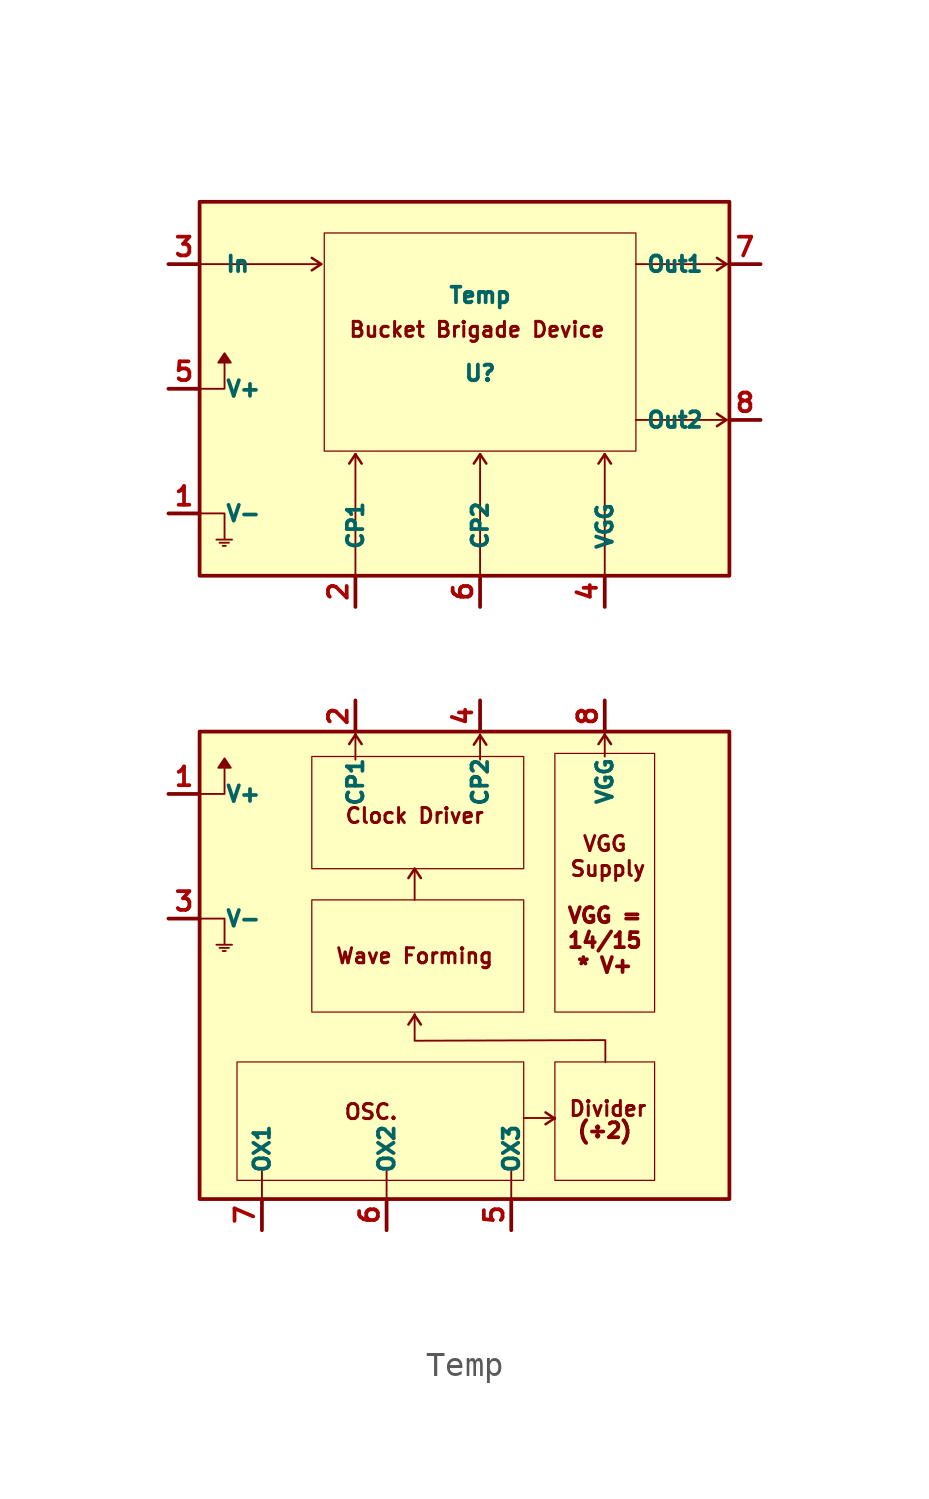
<source format=kicad_sym>
(kicad_symbol_lib
  (version 20220914)
  (generator kicad_symbol_editor)
  (symbol "Temp"
    (pin_names
      (offset 1.016))
    (property "Reference" "U"
      (at 0 0.635 0)
      (effects (font (size 0.635 0.635))))
    (property "Value" "Temp"
      (at 0 3.81 0)
      (effects (font (size 0.635 0.635))))
    (symbol "Temp_0_0"
      (rectangle (start -11.43 -33.02) (end 10.16 -13.97) (stroke (width 0) (type solid)) (fill (type background)))
      (rectangle (start -11.43 -7.62) (end 10.16 7.62) (stroke (width 0) (type solid)) (fill (type background)))
      (rectangle (start -9.906 -32.258) (end 1.778 -27.432) (stroke (width 0.051) (type solid)) (fill (type none)))
      (rectangle (start -6.858 -20.828) (end 1.778 -25.4) (stroke (width 0.051) (type solid)) (fill (type none)))
      (polyline (pts (xy -11.43 5.08) (xy -6.477 5.08)) (stroke (width 0.076) (type solid)) (fill (type none)))
      (polyline (pts (xy -10.744 -22.657) (xy -10.109 -22.657)) (stroke (width 0.076) (type solid)) (fill (type none)))
      (polyline (pts (xy -10.744 -6.147) (xy -10.109 -6.147)) (stroke (width 0.076) (type solid)) (fill (type none)))
      (polyline (pts (xy -10.617 -22.784) (xy -10.236 -22.784)) (stroke (width 0.076) (type solid)) (fill (type none)))
      (polyline (pts (xy -10.617 -6.274) (xy -10.236 -6.274)) (stroke (width 0.076) (type solid)) (fill (type none)))
      (polyline (pts (xy -10.49 -22.911) (xy -10.363 -22.911)) (stroke (width 0.076) (type solid)) (fill (type none)))
      (polyline (pts (xy -10.49 -6.401) (xy -10.363 -6.401)) (stroke (width 0.076) (type solid)) (fill (type none)))
      (polyline (pts (xy -8.89 -33.147) (xy -8.89 -31.877)) (stroke (width 0.076) (type solid)) (fill (type none)))
      (polyline (pts (xy -6.477 5.08) (xy -6.858 4.826)) (stroke (width 0.102) (type solid)) (fill (type none)))
      (polyline (pts (xy -6.477 5.08) (xy -6.858 5.334)) (stroke (width 0.102) (type solid)) (fill (type none)))
      (polyline (pts (xy -5.08 -14.097) (xy -5.334 -14.478)) (stroke (width 0.102) (type solid)) (fill (type none)))
      (polyline (pts (xy -5.08 -14.097) (xy -4.826 -14.478)) (stroke (width 0.102) (type solid)) (fill (type none)))
      (polyline (pts (xy -5.08 -13.97) (xy -5.08 -15.113)) (stroke (width 0.076) (type solid)) (fill (type none)))
      (polyline (pts (xy -5.08 -7.747) (xy -5.08 -2.667)) (stroke (width 0.076) (type solid)) (fill (type none)))
      (polyline (pts (xy -5.08 -2.667) (xy -5.334 -3.048)) (stroke (width 0.102) (type solid)) (fill (type none)))
      (polyline (pts (xy -5.08 -2.667) (xy -4.826 -3.048)) (stroke (width 0.102) (type solid)) (fill (type none)))
      (polyline (pts (xy -3.81 -33.147) (xy -3.81 -31.877)) (stroke (width 0.076) (type solid)) (fill (type none)))
      (polyline (pts (xy -2.667 -25.527) (xy -2.921 -25.908)) (stroke (width 0.102) (type solid)) (fill (type none)))
      (polyline (pts (xy -2.667 -25.527) (xy -2.413 -25.908)) (stroke (width 0.102) (type solid)) (fill (type none)))
      (polyline (pts (xy -2.667 -20.828) (xy -2.667 -19.558)) (stroke (width 0.076) (type solid)) (fill (type none)))
      (polyline (pts (xy -2.667 -19.558) (xy -2.921 -19.939)) (stroke (width 0.102) (type solid)) (fill (type none)))
      (polyline (pts (xy -2.667 -19.558) (xy -2.413 -19.939)) (stroke (width 0.102) (type solid)) (fill (type none)))
      (polyline (pts (xy 0 -14.122) (xy -0.254 -14.503)) (stroke (width 0.102) (type solid)) (fill (type none)))
      (polyline (pts (xy 0 -14.122) (xy 0.254 -14.503)) (stroke (width 0.102) (type solid)) (fill (type none)))
      (polyline (pts (xy 0 -14.097) (xy 0 -15.113)) (stroke (width 0.076) (type solid)) (fill (type none)))
      (polyline (pts (xy 0 -7.62) (xy 0 -2.667)) (stroke (width 0.076) (type solid)) (fill (type none)))
      (polyline (pts (xy 0 -2.667) (xy -0.254 -3.048)) (stroke (width 0.102) (type solid)) (fill (type none)))
      (polyline (pts (xy 0 -2.667) (xy 0.254 -3.048)) (stroke (width 0.102) (type solid)) (fill (type none)))
      (polyline (pts (xy 1.27 -33.02) (xy 1.27 -31.877)) (stroke (width 0.076) (type solid)) (fill (type none)))
      (polyline (pts (xy 1.778 -29.718) (xy 3.048 -29.718)) (stroke (width 0.076) (type solid)) (fill (type none)))
      (polyline (pts (xy 3.048 -29.743) (xy 2.667 -29.489)) (stroke (width 0.102) (type solid)) (fill (type none)))
      (polyline (pts (xy 3.048 -29.718) (xy 2.667 -29.972)) (stroke (width 0.102) (type solid)) (fill (type none)))
      (polyline (pts (xy 5.08 -14.097) (xy 4.826 -14.478)) (stroke (width 0.102) (type solid)) (fill (type none)))
      (polyline (pts (xy 5.08 -14.097) (xy 5.334 -14.478)) (stroke (width 0.102) (type solid)) (fill (type none)))
      (polyline (pts (xy 5.08 -13.97) (xy 5.08 -14.986)) (stroke (width 0.076) (type solid)) (fill (type none)))
      (polyline (pts (xy 5.08 -7.747) (xy 5.08 -2.667)) (stroke (width 0.076) (type solid)) (fill (type none)))
      (polyline (pts (xy 5.08 -2.667) (xy 4.826 -3.048)) (stroke (width 0.102) (type solid)) (fill (type none)))
      (polyline (pts (xy 5.08 -2.667) (xy 5.334 -3.048)) (stroke (width 0.102) (type solid)) (fill (type none)))
      (polyline (pts (xy 6.35 -1.27) (xy 10.033 -1.27)) (stroke (width 0.076) (type solid)) (fill (type none)))
      (polyline (pts (xy 10.033 -1.27) (xy 9.652 -1.016)) (stroke (width 0.102) (type solid)) (fill (type none)))
      (polyline (pts (xy 10.033 5.08) (xy 9.652 4.826)) (stroke (width 0.102) (type solid)) (fill (type none)))
      (polyline (pts (xy 10.033 5.08) (xy 9.652 5.334)) (stroke (width 0.102) (type solid)) (fill (type none)))
      (polyline (pts (xy 10.16 5.08) (xy 6.35 5.08)) (stroke (width 0.076) (type solid)) (fill (type none)))
      (polyline (pts (xy -11.43 -21.59) (xy -10.414 -21.59) (xy -10.414 -22.606)) (stroke (width 0.076) (type solid)) (fill (type none)))
      (polyline (pts (xy -11.43 -16.51) (xy -10.414 -16.51) (xy -10.414 -15.494)) (stroke (width 0.076) (type solid)) (fill (type none)))
      (polyline (pts (xy -11.43 -5.08) (xy -10.414 -5.08) (xy -10.414 -6.096)) (stroke (width 0.076) (type solid)) (fill (type none)))
      (polyline (pts (xy -11.43 0) (xy -10.414 0) (xy -10.414 1.016)) (stroke (width 0.076) (type solid)) (fill (type none)))
      (polyline (pts (xy -2.667 -25.476) (xy -2.667 -26.568) (xy 5.105 -26.543) (xy 5.105 -27.432)) (stroke (width 0.076) (type solid)) (fill (type none)))
      (polyline (pts (xy -10.16 -15.443) (xy -10.668 -15.443) (xy -10.414 -15.062) (xy -10.16 -15.443) (xy -10.541 -15.316) (xy -10.541 -15.443) (xy -10.414 -15.189) (xy -10.287 -15.316) (xy -10.414 -15.189) (xy -10.414 -15.316) (xy -10.414 -15.443) (xy -10.668 -15.443) (xy -10.287 -15.316) (xy -10.541 -15.316) (xy -10.414 -15.062) (xy -10.287 -15.316) (xy -10.287 -15.443) (xy -10.541 -15.316)) (stroke (width 0.076) (type solid)) (fill (type none)))
      (polyline (pts (xy -10.16 1.067) (xy -10.668 1.067) (xy -10.414 1.448) (xy -10.16 1.067) (xy -10.541 1.194) (xy -10.541 1.067) (xy -10.414 1.321) (xy -10.287 1.194) (xy -10.414 1.321) (xy -10.414 1.194) (xy -10.414 1.067) (xy -10.668 1.067) (xy -10.287 1.194) (xy -10.541 1.194) (xy -10.414 1.448) (xy -10.287 1.194) (xy -10.287 1.067) (xy -10.541 1.194)) (stroke (width 0.076) (type solid)) (fill (type none)))
      (rectangle (start 1.778 -14.986) (end -6.858 -19.558) (stroke (width 0.051) (type solid)) (fill (type none)))
      (rectangle (start 3.048 -27.432) (end 7.112 -32.258) (stroke (width 0.051) (type solid)) (fill (type none)))
      (rectangle (start 3.048 -14.859) (end 7.112 -25.4) (stroke (width 0.051) (type solid)) (fill (type none)))
      (rectangle (start 6.35 -2.54) (end -6.35 6.35) (stroke (width 0.051) (type solid)) (fill (type none)))
      (text "(÷2)" (at 5.08 -30.226 0) (effects (font (size 0.61 0.61))))
      (text "* V+" (at 5.08 -23.495 0) (effects (font (size 0.61 0.61))))
      (text "14/15" (at 5.08 -22.479 0) (effects (font (size 0.61 0.61))))
      (text "Bucket Brigade Device" (at -0.127 2.413 0) (effects (font (size 0.61 0.61) bold)))
      (text "Clock Driver" (at -2.667 -17.399 0) (effects (font (size 0.61 0.61) bold)))
      (text "Divider" (at 5.207 -29.337 0) (effects (font (size 0.61 0.61) bold)))
      (text "OSC." (at -4.445 -29.464 0) (effects (font (size 0.61 0.61) bold)))
      (text "Supply" (at 5.207 -19.558 0) (effects (font (size 0.61 0.61) bold)))
      (text "VGG" (at 5.08 -18.542 0) (effects (font (size 0.61 0.61) bold)))
      (text "VGG =" (at 5.08 -21.463 0) (effects (font (size 0.61 0.61))))
      (text "Wave Forming" (at -2.667 -23.114 0) (effects (font (size 0.61 0.61) bold))))
    (symbol "Temp_1_0"
      (polyline (pts (xy 10.033 -1.27) (xy 9.652 -1.524)) (stroke (width 0.102) (type solid)) (fill (type none))))
    (symbol "Temp_1_1"
      (pin power_in line (at -12.7 -16.51 0) (length 1.27) (name "V+" (effects (font (size 0.635 0.635)))) (number "1" (effects (font (size 0.762 0.762)))))
      (pin power_in line (at -12.7 -5.08 0) (length 1.27) (name "V-" (effects (font (size 0.635 0.635)))) (number "1" (effects (font (size 0.762 0.762)))))
      (pin output line (at -5.08 -12.7 270) (length 1.27) (name "CP1" (effects (font (size 0.635 0.635)))) (number "2" (effects (font (size 0.762 0.762)))))
      (pin input line (at -5.08 -8.89 90) (length 1.27) (name "CP1" (effects (font (size 0.635 0.635)))) (number "2" (effects (font (size 0.762 0.762)))))
      (pin input line (at -12.7 5.08 0) (length 1.27) (name "In" (effects (font (size 0.635 0.635)))) (number "3" (effects (font (size 0.762 0.762)))))
      (pin power_in line (at -12.7 -21.59 0) (length 1.27) (name "V-" (effects (font (size 0.635 0.635)))) (number "3" (effects (font (size 0.762 0.762)))))
      (pin output line (at 0 -12.7 270) (length 1.27) (name "CP2" (effects (font (size 0.635 0.635)))) (number "4" (effects (font (size 0.762 0.762)))))
      (pin input line (at 5.08 -8.89 90) (length 1.27) (name "VGG" (effects (font (size 0.635 0.635)))) (number "4" (effects (font (size 0.762 0.762)))))
      (pin input line (at 1.27 -34.29 90) (length 1.27) (name "OX3" (effects (font (size 0.635 0.635)))) (number "5" (effects (font (size 0.762 0.762)))))
      (pin power_in line (at -12.7 0 0) (length 1.27) (name "V+" (effects (font (size 0.635 0.635)))) (number "5" (effects (font (size 0.762 0.762)))))
      (pin input line (at 0 -8.89 90) (length 1.27) (name "CP2" (effects (font (size 0.635 0.635)))) (number "6" (effects (font (size 0.762 0.762)))))
      (pin input line (at -3.81 -34.29 90) (length 1.27) (name "OX2" (effects (font (size 0.635 0.635)))) (number "6" (effects (font (size 0.762 0.762)))))
      (pin input line (at -8.89 -34.29 90) (length 1.27) (name "OX1" (effects (font (size 0.635 0.635)))) (number "7" (effects (font (size 0.762 0.762)))))
      (pin output line (at 11.43 5.08 180) (length 1.27) (name "Out1" (effects (font (size 0.635 0.635)))) (number "7" (effects (font (size 0.762 0.762)))))
      (pin output line (at 11.43 -1.27 180) (length 1.27) (name "Out2" (effects (font (size 0.635 0.635)))) (number "8" (effects (font (size 0.762 0.762)))))
      (pin output line (at 5.08 -12.7 270) (length 1.27) (name "VGG" (effects (font (size 0.635 0.635)))) (number "8" (effects (font (size 0.762 0.762))))))))
</source>
